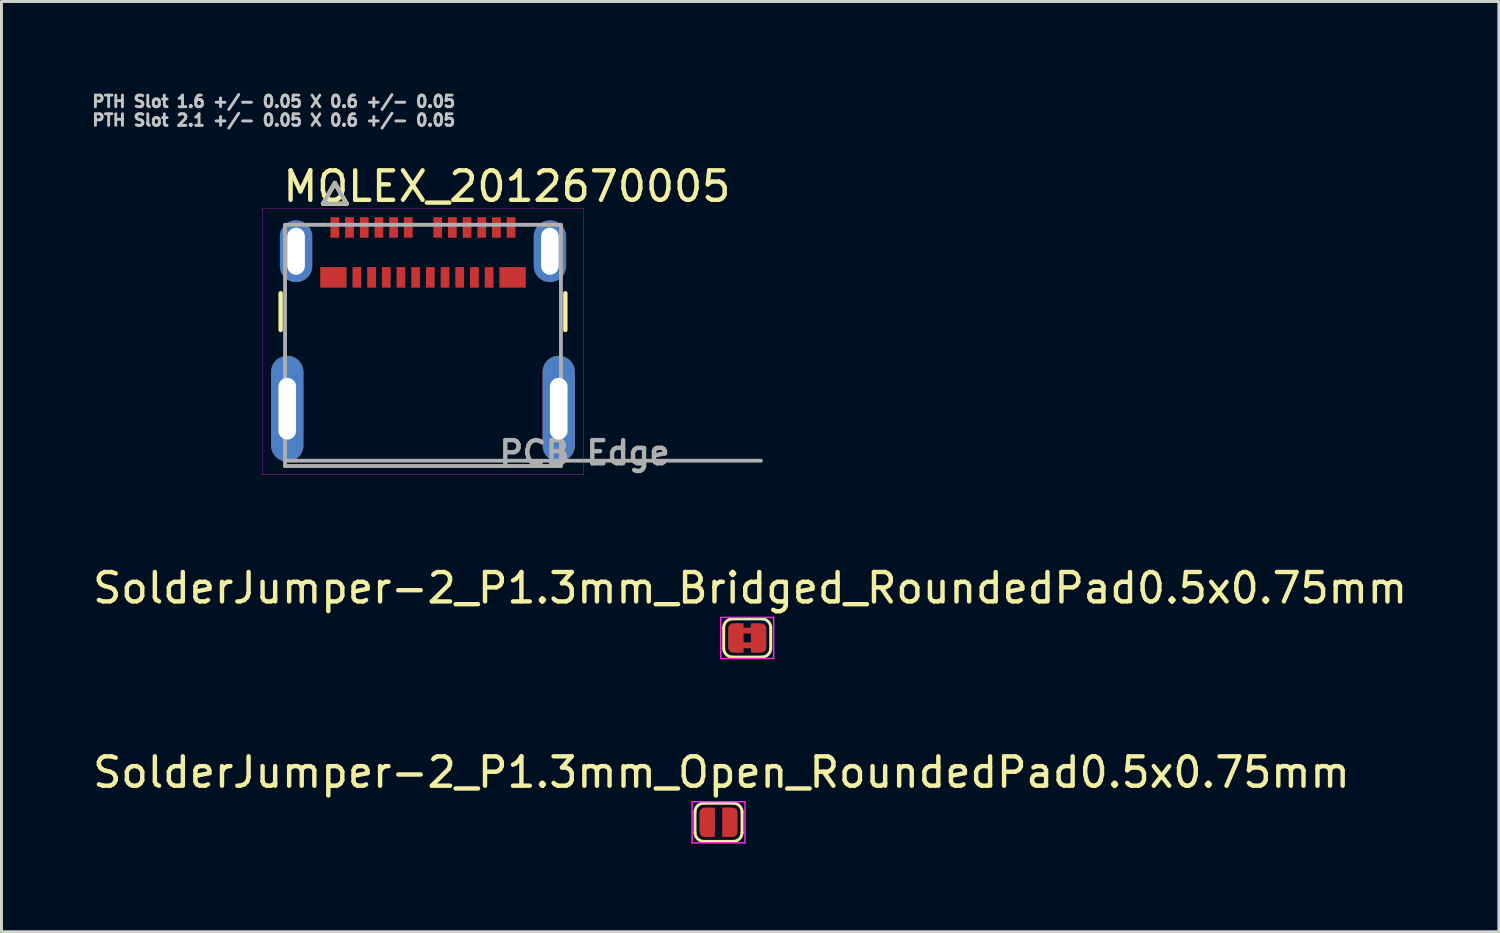
<source format=kicad_pcb>
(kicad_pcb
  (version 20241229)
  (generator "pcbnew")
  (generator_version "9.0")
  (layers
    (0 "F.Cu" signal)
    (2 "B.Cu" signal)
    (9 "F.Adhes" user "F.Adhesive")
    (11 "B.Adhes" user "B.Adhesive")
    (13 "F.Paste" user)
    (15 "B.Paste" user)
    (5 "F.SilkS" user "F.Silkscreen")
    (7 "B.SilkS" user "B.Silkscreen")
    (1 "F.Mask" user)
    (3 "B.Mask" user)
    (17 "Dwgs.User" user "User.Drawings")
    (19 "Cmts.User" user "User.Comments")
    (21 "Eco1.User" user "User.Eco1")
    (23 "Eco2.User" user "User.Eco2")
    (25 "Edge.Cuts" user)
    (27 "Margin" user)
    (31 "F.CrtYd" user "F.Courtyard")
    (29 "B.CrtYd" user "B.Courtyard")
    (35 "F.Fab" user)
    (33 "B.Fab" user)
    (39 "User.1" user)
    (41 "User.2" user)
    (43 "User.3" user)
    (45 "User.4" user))
  (footprint "SolderJumper-2_P1.3mm_Open_RoundedPad0.5x0.75mm"
    (layer "F.Cu")
    (at 21.406 24.937)
    (property "Reference" "SolderJumper-2_P1.3mm_Open_RoundedPad0.5x0.75mm" (at 0.1 -1.7 0) (layer "F.SilkS") (effects (font (size 1 1) (thickness 0.15))))
    (attr exclude_from_pos_files exclude_from_bom allow_soldermask_bridges)
    (fp_rect (start -0.35 -0.5) (end 0.35 0.5) (stroke (width 0) (type default)) (fill yes) (layer "F.Mask"))
    (fp_line (start -0.8 0.35) (end -0.8 -0.35) (stroke (width 0.1) (type default)) (layer "F.SilkS"))
    (fp_line (start -0.5 -0.65) (end 0.5 -0.65) (stroke (width 0.1) (type default)) (layer "F.SilkS"))
    (fp_line (start 0.5 0.65) (end -0.5 0.65) (stroke (width 0.1) (type default)) (layer "F.SilkS"))
    (fp_line (start 0.8 -0.35) (end 0.8 0.35) (stroke (width 0.1) (type default)) (layer "F.SilkS"))
    (fp_arc (start -0.8 -0.35) (mid -0.712132 -0.562132) (end -0.5 -0.65) (stroke (width 0.1) (type default)) (layer "F.SilkS"))
    (fp_arc (start -0.5 0.65) (mid -0.712132 0.562132) (end -0.8 0.35) (stroke (width 0.1) (type default)) (layer "F.SilkS"))
    (fp_arc (start 0.5 -0.65) (mid 0.712132 -0.562132) (end 0.8 -0.35) (stroke (width 0.1) (type default)) (layer "F.SilkS"))
    (fp_arc (start 0.8 0.35) (mid 0.712132 0.562132) (end 0.5 0.65) (stroke (width 0.1) (type default)) (layer "F.SilkS"))
    (fp_line (start -0.9 -0.7) (end -0.9 0.7) (stroke (width 0.05) (type solid)) (layer "F.CrtYd"))
    (fp_line (start -0.9 -0.7) (end 0.9 -0.7) (stroke (width 0.05) (type solid)) (layer "F.CrtYd"))
    (fp_line (start 0.9 0.7) (end -0.9 0.7) (stroke (width 0.05) (type solid)) (layer "F.CrtYd"))
    (fp_line (start 0.9 0.7) (end 0.9 -0.7) (stroke (width 0.05) (type solid)) (layer "F.CrtYd"))
    (pad "1" smd roundrect (at -0.4 0) (size 0.5 1) (layers "F.Cu" "F.Mask") (roundrect_rratio 0.35))
    (pad "1" smd rect (at -0.25 0) (size 0.25 1) (layers "F.Cu" "F.Mask"))
    (pad "2" smd rect (at 0.25 0) (size 0.25 1) (layers "F.Cu" "F.Mask"))
    (pad "2" smd roundrect (at 0.4 0) (size 0.5 1) (layers "F.Cu" "F.Mask") (roundrect_rratio 0.35)))
  (footprint "SolderJumper-2_P1.3mm_Bridged_RoundedPad0.5x0.75mm"
    (layer "F.Cu")
    (at 22.382 18.664)
    (property "Reference" "SolderJumper-2_P1.3mm_Bridged_RoundedPad0.5x0.75mm" (at 0.1 -1.7 0) (layer "F.SilkS") (effects (font (size 1 1) (thickness 0.15))))
    (attr exclude_from_pos_files exclude_from_bom allow_soldermask_bridges)
    (fp_poly (pts (xy -0.2 -0.35) (xy 0.2 -0.35) (xy 0.2 -0.15) (xy -0.2 -0.15)) (stroke (width 0) (type solid)) (fill yes) (layer "F.Cu"))
    (fp_poly (pts (xy -0.2 0.15) (xy 0.2 0.15) (xy 0.2 0.35) (xy -0.2 0.35)) (stroke (width 0) (type solid)) (fill yes) (layer "F.Cu"))
    (fp_rect (start -0.35 -0.5) (end 0.35 0.5) (stroke (width 0) (type default)) (fill yes) (layer "F.Mask"))
    (fp_line (start -0.8 0.35) (end -0.8 -0.35) (stroke (width 0.1) (type default)) (layer "F.SilkS"))
    (fp_line (start -0.5 -0.65) (end 0.5 -0.65) (stroke (width 0.1) (type default)) (layer "F.SilkS"))
    (fp_line (start 0.5 0.65) (end -0.5 0.65) (stroke (width 0.1) (type default)) (layer "F.SilkS"))
    (fp_line (start 0.8 -0.35) (end 0.8 0.35) (stroke (width 0.1) (type default)) (layer "F.SilkS"))
    (fp_arc (start -0.8 -0.35) (mid -0.712132 -0.562132) (end -0.5 -0.65) (stroke (width 0.1) (type default)) (layer "F.SilkS"))
    (fp_arc (start -0.5 0.65) (mid -0.712132 0.562132) (end -0.8 0.35) (stroke (width 0.1) (type default)) (layer "F.SilkS"))
    (fp_arc (start 0.5 -0.65) (mid 0.712132 -0.562132) (end 0.8 -0.35) (stroke (width 0.1) (type default)) (layer "F.SilkS"))
    (fp_arc (start 0.8 0.35) (mid 0.712132 0.562132) (end 0.5 0.65) (stroke (width 0.1) (type default)) (layer "F.SilkS"))
    (fp_line (start -0.9 -0.7) (end -0.9 0.7) (stroke (width 0.05) (type solid)) (layer "F.CrtYd"))
    (fp_line (start -0.9 -0.7) (end 0.9 -0.7) (stroke (width 0.05) (type solid)) (layer "F.CrtYd"))
    (fp_line (start 0.9 0.7) (end -0.9 0.7) (stroke (width 0.05) (type solid)) (layer "F.CrtYd"))
    (fp_line (start 0.9 0.7) (end 0.9 -0.7) (stroke (width 0.05) (type solid)) (layer "F.CrtYd"))
    (pad "1" smd roundrect (at -0.4 0) (size 0.5 1) (layers "F.Cu" "F.Mask") (roundrect_rratio 0.35))
    (pad "1" smd rect (at -0.25 0) (size 0.25 1) (layers "F.Cu" "F.Mask"))
    (pad "2" smd rect (at 0.25 0) (size 0.25 1) (layers "F.Cu" "F.Mask"))
    (pad "2" smd roundrect (at 0.4 0) (size 0.5 1) (layers "F.Cu" "F.Mask") (roundrect_rratio 0.35)))
  (footprint "MOLEX_2012670005"
    (layer "F.Cu")
    (at 11.347 12.631)
    (property "Reference" "MOLEX_2012670005" (at 2.856 -9.337 0) (layer "F.SilkS") (effects (font (size 1.004 1.004) (thickness 0.15))))
    (attr smd)
    (fp_poly (pts (xy -3.562 -6.654) (xy -2.538 -6.654) (xy -2.538 -5.826) (xy -3.562 -5.826)) (stroke (width 0.01) (type solid)) (fill yes) (layer "F.Mask"))
    (fp_poly (pts (xy -3.212 -8.354) (xy -2.788 -8.354) (xy -2.788 -7.527) (xy -3.212 -7.527)) (stroke (width 0.01) (type solid)) (fill yes) (layer "F.Mask"))
    (fp_poly (pts (xy -2.712 -8.354) (xy -2.288 -8.354) (xy -2.288 -7.527) (xy -2.712 -7.527)) (stroke (width 0.01) (type solid)) (fill yes) (layer "F.Mask"))
    (fp_poly (pts (xy -2.462 -6.654) (xy -2.038 -6.654) (xy -2.038 -5.827) (xy -2.462 -5.827)) (stroke (width 0.01) (type solid)) (fill yes) (layer "F.Mask"))
    (fp_poly (pts (xy -2.212 -8.354) (xy -1.788 -8.354) (xy -1.788 -7.527) (xy -2.212 -7.527)) (stroke (width 0.01) (type solid)) (fill yes) (layer "F.Mask"))
    (fp_poly (pts (xy -1.962 -6.654) (xy -1.538 -6.654) (xy -1.538 -5.827) (xy -1.962 -5.827)) (stroke (width 0.01) (type solid)) (fill yes) (layer "F.Mask"))
    (fp_poly (pts (xy -1.712 -8.354) (xy -1.288 -8.354) (xy -1.288 -7.527) (xy -1.712 -7.527)) (stroke (width 0.01) (type solid)) (fill yes) (layer "F.Mask"))
    (fp_poly (pts (xy -1.462 -6.654) (xy -1.038 -6.654) (xy -1.038 -5.827) (xy -1.462 -5.827)) (stroke (width 0.01) (type solid)) (fill yes) (layer "F.Mask"))
    (fp_poly (pts (xy -1.212 -8.354) (xy -0.787 -8.354) (xy -0.787 -7.527) (xy -1.212 -7.527)) (stroke (width 0.01) (type solid)) (fill yes) (layer "F.Mask"))
    (fp_poly (pts (xy -0.963 -6.654) (xy -0.537 -6.654) (xy -0.537 -5.827) (xy -0.963 -5.827)) (stroke (width 0.01) (type solid)) (fill yes) (layer "F.Mask"))
    (fp_poly (pts (xy -0.713 -8.354) (xy -0.287 -8.354) (xy -0.287 -7.527) (xy -0.713 -7.527)) (stroke (width 0.01) (type solid)) (fill yes) (layer "F.Mask"))
    (fp_poly (pts (xy -0.463 -6.654) (xy -0.037 -6.654) (xy -0.037 -5.827) (xy -0.463 -5.827)) (stroke (width 0.01) (type solid)) (fill yes) (layer "F.Mask"))
    (fp_poly (pts (xy 0.037 -6.654) (xy 0.463 -6.654) (xy 0.463 -5.827) (xy 0.037 -5.827)) (stroke (width 0.01) (type solid)) (fill yes) (layer "F.Mask"))
    (fp_poly (pts (xy 0.287 -8.354) (xy 0.713 -8.354) (xy 0.713 -7.527) (xy 0.287 -7.527)) (stroke (width 0.01) (type solid)) (fill yes) (layer "F.Mask"))
    (fp_poly (pts (xy 0.537 -6.654) (xy 0.963 -6.654) (xy 0.963 -5.827) (xy 0.537 -5.827)) (stroke (width 0.01) (type solid)) (fill yes) (layer "F.Mask"))
    (fp_poly (pts (xy 0.787 -8.354) (xy 1.212 -8.354) (xy 1.212 -7.527) (xy 0.787 -7.527)) (stroke (width 0.01) (type solid)) (fill yes) (layer "F.Mask"))
    (fp_poly (pts (xy 1.038 -6.654) (xy 1.462 -6.654) (xy 1.462 -5.827) (xy 1.038 -5.827)) (stroke (width 0.01) (type solid)) (fill yes) (layer "F.Mask"))
    (fp_poly (pts (xy 1.288 -8.354) (xy 1.712 -8.354) (xy 1.712 -7.527) (xy 1.288 -7.527)) (stroke (width 0.01) (type solid)) (fill yes) (layer "F.Mask"))
    (fp_poly (pts (xy 1.538 -6.654) (xy 1.962 -6.654) (xy 1.962 -5.827) (xy 1.538 -5.827)) (stroke (width 0.01) (type solid)) (fill yes) (layer "F.Mask"))
    (fp_poly (pts (xy 1.788 -8.354) (xy 2.212 -8.354) (xy 2.212 -7.527) (xy 1.788 -7.527)) (stroke (width 0.01) (type solid)) (fill yes) (layer "F.Mask"))
    (fp_poly (pts (xy 2.038 -6.654) (xy 2.462 -6.654) (xy 2.462 -5.827) (xy 2.038 -5.827)) (stroke (width 0.01) (type solid)) (fill yes) (layer "F.Mask"))
    (fp_poly (pts (xy 2.288 -8.354) (xy 2.712 -8.354) (xy 2.712 -7.527) (xy 2.288 -7.527)) (stroke (width 0.01) (type solid)) (fill yes) (layer "F.Mask"))
    (fp_poly (pts (xy 2.538 -6.654) (xy 3.562 -6.654) (xy 3.562 -5.826) (xy 2.538 -5.826)) (stroke (width 0.01) (type solid)) (fill yes) (layer "F.Mask"))
    (fp_poly (pts (xy 2.788 -8.354) (xy 3.212 -8.354) (xy 3.212 -7.527) (xy 2.788 -7.527)) (stroke (width 0.01) (type solid)) (fill yes) (layer "F.Mask"))
    (fp_line (start -4.845 -4.45) (end -4.845 -5.7) (stroke (width 0.15) (type solid)) (layer "F.SilkS"))
    (fp_line (start -3.4 -8.75) (end -2.6 -8.75) (stroke (width 0.15) (type solid)) (layer "F.SilkS"))
    (fp_line (start -3 -9.45) (end -3.4 -8.75) (stroke (width 0.15) (type solid)) (layer "F.SilkS"))
    (fp_line (start -2.6 -8.75) (end -3 -9.45) (stroke (width 0.15) (type solid)) (layer "F.SilkS"))
    (fp_line (start 4.845 -4.45) (end 4.845 -5.7) (stroke (width 0.15) (type solid)) (layer "F.SilkS"))
    (fp_line (start -5.47 -8.59) (end 5.47 -8.59) (stroke (width 0.01) (type solid)) (layer "F.CrtYd"))
    (fp_line (start -5.47 0.48) (end -5.47 -8.59) (stroke (width 0.01) (type solid)) (layer "F.CrtYd"))
    (fp_line (start 5.47 -8.59) (end 5.47 0.48) (stroke (width 0.01) (type solid)) (layer "F.CrtYd"))
    (fp_line (start 5.47 0.48) (end -5.47 0.48) (stroke (width 0.01) (type solid)) (layer "F.CrtYd"))
    (fp_line (start -4.695 -8.03) (end 4.695 -8.03) (stroke (width 0.13) (type solid)) (layer "F.Fab"))
    (fp_line (start -4.695 0) (end -4.695 -8.03) (stroke (width 0.13) (type solid)) (layer "F.Fab"))
    (fp_line (start -4.695 0) (end 11.5 0) (stroke (width 0.13) (type solid)) (layer "F.Fab"))
    (fp_line (start -4.695 0.18) (end -4.695 0) (stroke (width 0.13) (type solid)) (layer "F.Fab"))
    (fp_line (start -3.4 -8.75) (end -2.6 -8.75) (stroke (width 0.13) (type solid)) (layer "F.Fab"))
    (fp_line (start -3 -9.45) (end -3.4 -8.75) (stroke (width 0.13) (type solid)) (layer "F.Fab"))
    (fp_line (start -2.6 -8.75) (end -3 -9.45) (stroke (width 0.13) (type solid)) (layer "F.Fab"))
    (fp_line (start 4.695 -8.03) (end 4.695 0.18) (stroke (width 0.13) (type solid)) (layer "F.Fab"))
    (fp_line (start 4.695 0.18) (end -4.695 0.18) (stroke (width 0.13) (type solid)) (layer "F.Fab"))
    (fp_text user "PTH Slot 1.6 +/- 0.05 X 0.6 +/- 0.05" (at -5.08 -12.227 0) (layer "Dwgs.User") (effects (font (size 0.394 0.394) (thickness 0.15))))
    (fp_text user "PTH Slot 2.1 +/- 0.05 X 0.6 +/- 0.05" (at -5.08 -11.592 0) (layer "Dwgs.User") (effects (font (size 0.394 0.394) (thickness 0.15))))
    (fp_text user "PCB Edge" (at 5.5 -0.27 0) (layer "F.Fab") (effects (font (size 0.787 0.787) (thickness 0.15))))
    (pad "A1" smd rect (at -3 -7.94) (size 0.298 0.7) (layers "F.Cu" "F.Paste"))
    (pad "A2" smd rect (at -2.5 -7.94) (size 0.298 0.7) (layers "F.Cu" "F.Paste"))
    (pad "A3" smd rect (at -2 -7.94) (size 0.298 0.7) (layers "F.Cu" "F.Paste"))
    (pad "A4" smd rect (at -1.5 -7.94) (size 0.298 0.7) (layers "F.Cu" "F.Paste"))
    (pad "A5" smd rect (at -1 -7.94) (size 0.298 0.7) (layers "F.Cu" "F.Paste"))
    (pad "A6" smd rect (at -0.5 -7.94) (size 0.298 0.7) (layers "F.Cu" "F.Paste"))
    (pad "A7" smd rect (at 0.5 -7.94) (size 0.298 0.7) (layers "F.Cu" "F.Paste"))
    (pad "A8" smd rect (at 1 -7.94) (size 0.298 0.7) (layers "F.Cu" "F.Paste"))
    (pad "A9" smd rect (at 1.5 -7.94) (size 0.298 0.7) (layers "F.Cu" "F.Paste"))
    (pad "A10" smd rect (at 2 -7.94) (size 0.298 0.7) (layers "F.Cu" "F.Paste"))
    (pad "A11" smd rect (at 2.5 -7.94) (size 0.298 0.7) (layers "F.Cu" "F.Paste"))
    (pad "A12" smd rect (at 3 -7.94) (size 0.298 0.7) (layers "F.Cu" "F.Paste"))
    (pad "B1" smd rect (at 3.05 -6.24) (size 0.898 0.7) (layers "F.Cu" "F.Paste"))
    (pad "B2" smd rect (at 2.25 -6.24) (size 0.298 0.7) (layers "F.Cu" "F.Paste"))
    (pad "B3" smd rect (at 1.75 -6.24) (size 0.298 0.7) (layers "F.Cu" "F.Paste"))
    (pad "B4" smd rect (at 1.25 -6.24) (size 0.298 0.7) (layers "F.Cu" "F.Paste"))
    (pad "B5" smd rect (at 0.75 -6.24) (size 0.298 0.7) (layers "F.Cu" "F.Paste"))
    (pad "B6" smd rect (at 0.25 -6.24) (size 0.298 0.7) (layers "F.Cu" "F.Paste"))
    (pad "B7" smd rect (at -0.25 -6.24) (size 0.298 0.7) (layers "F.Cu" "F.Paste"))
    (pad "B8" smd rect (at -0.75 -6.24) (size 0.298 0.7) (layers "F.Cu" "F.Paste"))
    (pad "B9" smd rect (at -1.25 -6.24) (size 0.298 0.7) (layers "F.Cu" "F.Paste"))
    (pad "B10" smd rect (at -1.75 -6.24) (size 0.298 0.7) (layers "F.Cu" "F.Paste"))
    (pad "B11" smd rect (at -2.25 -6.24) (size 0.298 0.7) (layers "F.Cu" "F.Paste"))
    (pad "B12" smd rect (at -3.05 -6.24) (size 0.898 0.7) (layers "F.Cu" "F.Paste"))
    (pad "SH1" thru_hole oval (at -4.32 -7.13) (size 1.1 2.1) (drill oval 0.6 1.6) (layers "*.Cu" "*.Mask"))
    (pad "SH2" thru_hole oval (at 4.32 -7.13) (size 1.1 2.1) (drill oval 0.6 1.6) (layers "*.Cu" "*.Mask"))
    (pad "SH3" thru_hole oval (at -4.62 -1.77) (size 1.1 3.6) (drill oval 0.6 2.1) (layers "*.Cu" "*.Mask"))
    (pad "SH4" thru_hole oval (at 4.62 -1.77) (size 1.1 3.6) (drill oval 0.6 2.1) (layers "*.Cu" "*.Mask")))
  (gr_rect
    (start -3 -3)
    (end 47.964 28.662)
    (stroke (width 0.1) (type default))
    (fill no)
    (layer "Edge.Cuts")))
</source>
